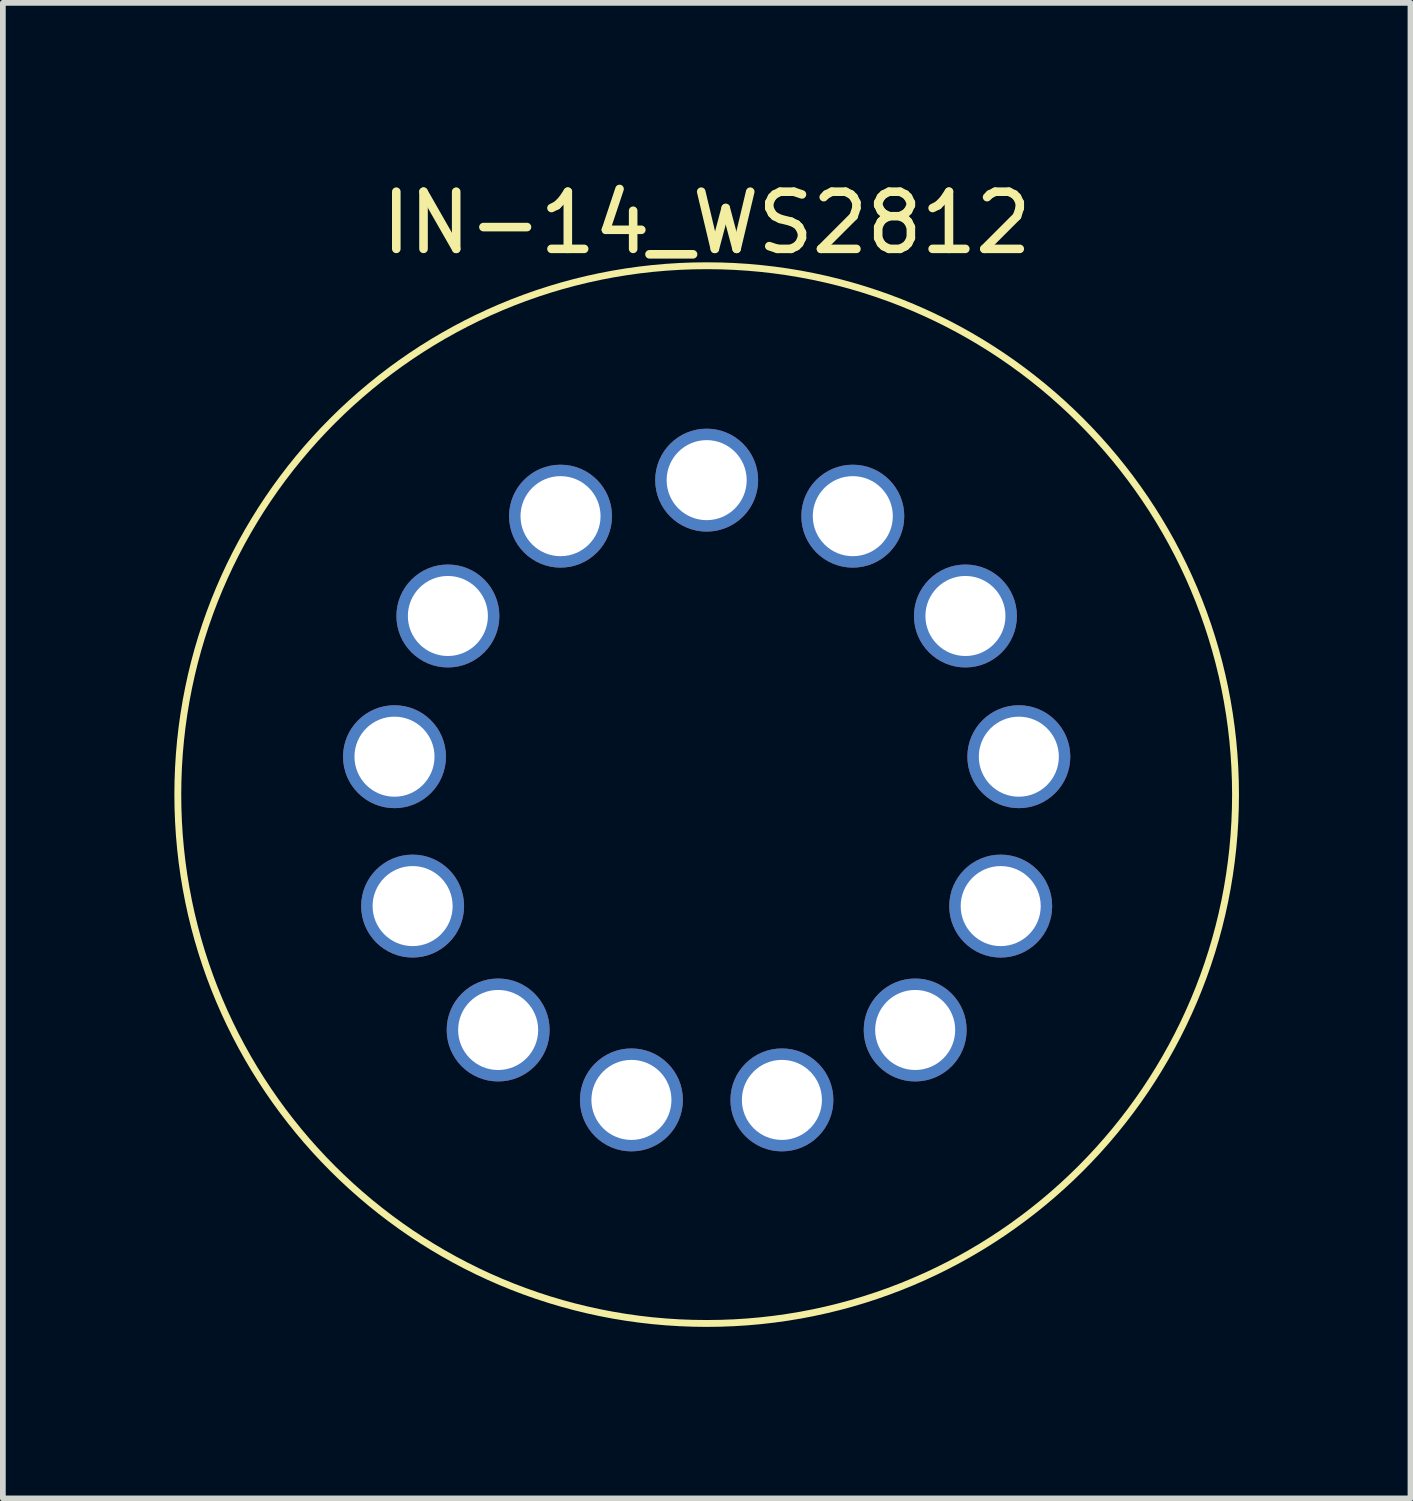
<source format=kicad_pcb>
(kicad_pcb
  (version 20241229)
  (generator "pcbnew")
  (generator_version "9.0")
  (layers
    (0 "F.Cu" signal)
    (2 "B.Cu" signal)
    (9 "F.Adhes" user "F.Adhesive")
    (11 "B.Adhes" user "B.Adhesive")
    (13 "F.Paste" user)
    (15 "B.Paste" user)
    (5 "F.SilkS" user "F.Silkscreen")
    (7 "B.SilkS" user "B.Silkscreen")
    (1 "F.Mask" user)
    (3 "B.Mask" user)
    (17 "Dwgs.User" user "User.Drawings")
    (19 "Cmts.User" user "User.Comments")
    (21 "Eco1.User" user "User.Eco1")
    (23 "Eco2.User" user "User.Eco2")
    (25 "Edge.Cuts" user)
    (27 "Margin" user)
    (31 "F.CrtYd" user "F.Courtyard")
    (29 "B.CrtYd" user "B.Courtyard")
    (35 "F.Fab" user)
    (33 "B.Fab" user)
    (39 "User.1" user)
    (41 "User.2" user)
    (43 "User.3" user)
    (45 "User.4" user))
  (footprint "IN-14_WS2812"
    (layer "F.Cu")
    (at 9.31 10.848)
    (property "Reference" "IN-14_WS2812" (at 0 -10 0) (layer "F.SilkS") (effects (font (size 1 1) (thickness 0.15))))
    (attr through_hole)
    (fp_circle (center 0 0) (end 9.25 0) (stroke (width 0.12) (type solid)) (fill no) (layer "F.SilkS"))
    (pad "1" thru_hole circle (at 0 -5.5) (size 1.8 1.8) (drill 1.4) (layers "*.Cu" "*.Mask"))
    (pad "2" thru_hole circle (at 2.556 -4.87) (size 1.8 1.8) (drill 1.4) (layers "*.Cu" "*.Mask"))
    (pad "3" thru_hole circle (at 4.526 -3.124) (size 1.8 1.8) (drill 1.4) (layers "*.Cu" "*.Mask"))
    (pad "4" thru_hole circle (at 5.46 -0.663) (size 1.8 1.8) (drill 1.4) (layers "*.Cu" "*.Mask"))
    (pad "5" thru_hole circle (at 5.143 1.95) (size 1.8 1.8) (drill 1.4) (layers "*.Cu" "*.Mask"))
    (pad "6" thru_hole circle (at 3.647 4.117) (size 1.8 1.8) (drill 1.4) (layers "*.Cu" "*.Mask"))
    (pad "7" thru_hole circle (at 1.316 5.34) (size 1.8 1.8) (drill 1.4) (layers "*.Cu" "*.Mask"))
    (pad "8" thru_hole circle (at -1.316 5.34) (size 1.8 1.8) (drill 1.4) (layers "*.Cu" "*.Mask"))
    (pad "9" thru_hole circle (at -3.647 4.117) (size 1.8 1.8) (drill 1.4) (layers "*.Cu" "*.Mask"))
    (pad "10" thru_hole circle (at -5.143 1.95) (size 1.8 1.8) (drill 1.4) (layers "*.Cu" "*.Mask"))
    (pad "11" thru_hole circle (at -5.46 -0.663) (size 1.8 1.8) (drill 1.4) (layers "*.Cu" "*.Mask"))
    (pad "12" thru_hole circle (at -4.526 -3.124) (size 1.8 1.8) (drill 1.4) (layers "*.Cu" "*.Mask"))
    (pad "13" thru_hole circle (at -2.556 -4.87) (size 1.8 1.8) (drill 1.4) (layers "*.Cu" "*.Mask")))
  (gr_rect
    (start -3 -3)
    (end 21.62 23.158)
    (stroke (width 0.1) (type default))
    (fill no)
    (layer "Edge.Cuts")))
</source>
